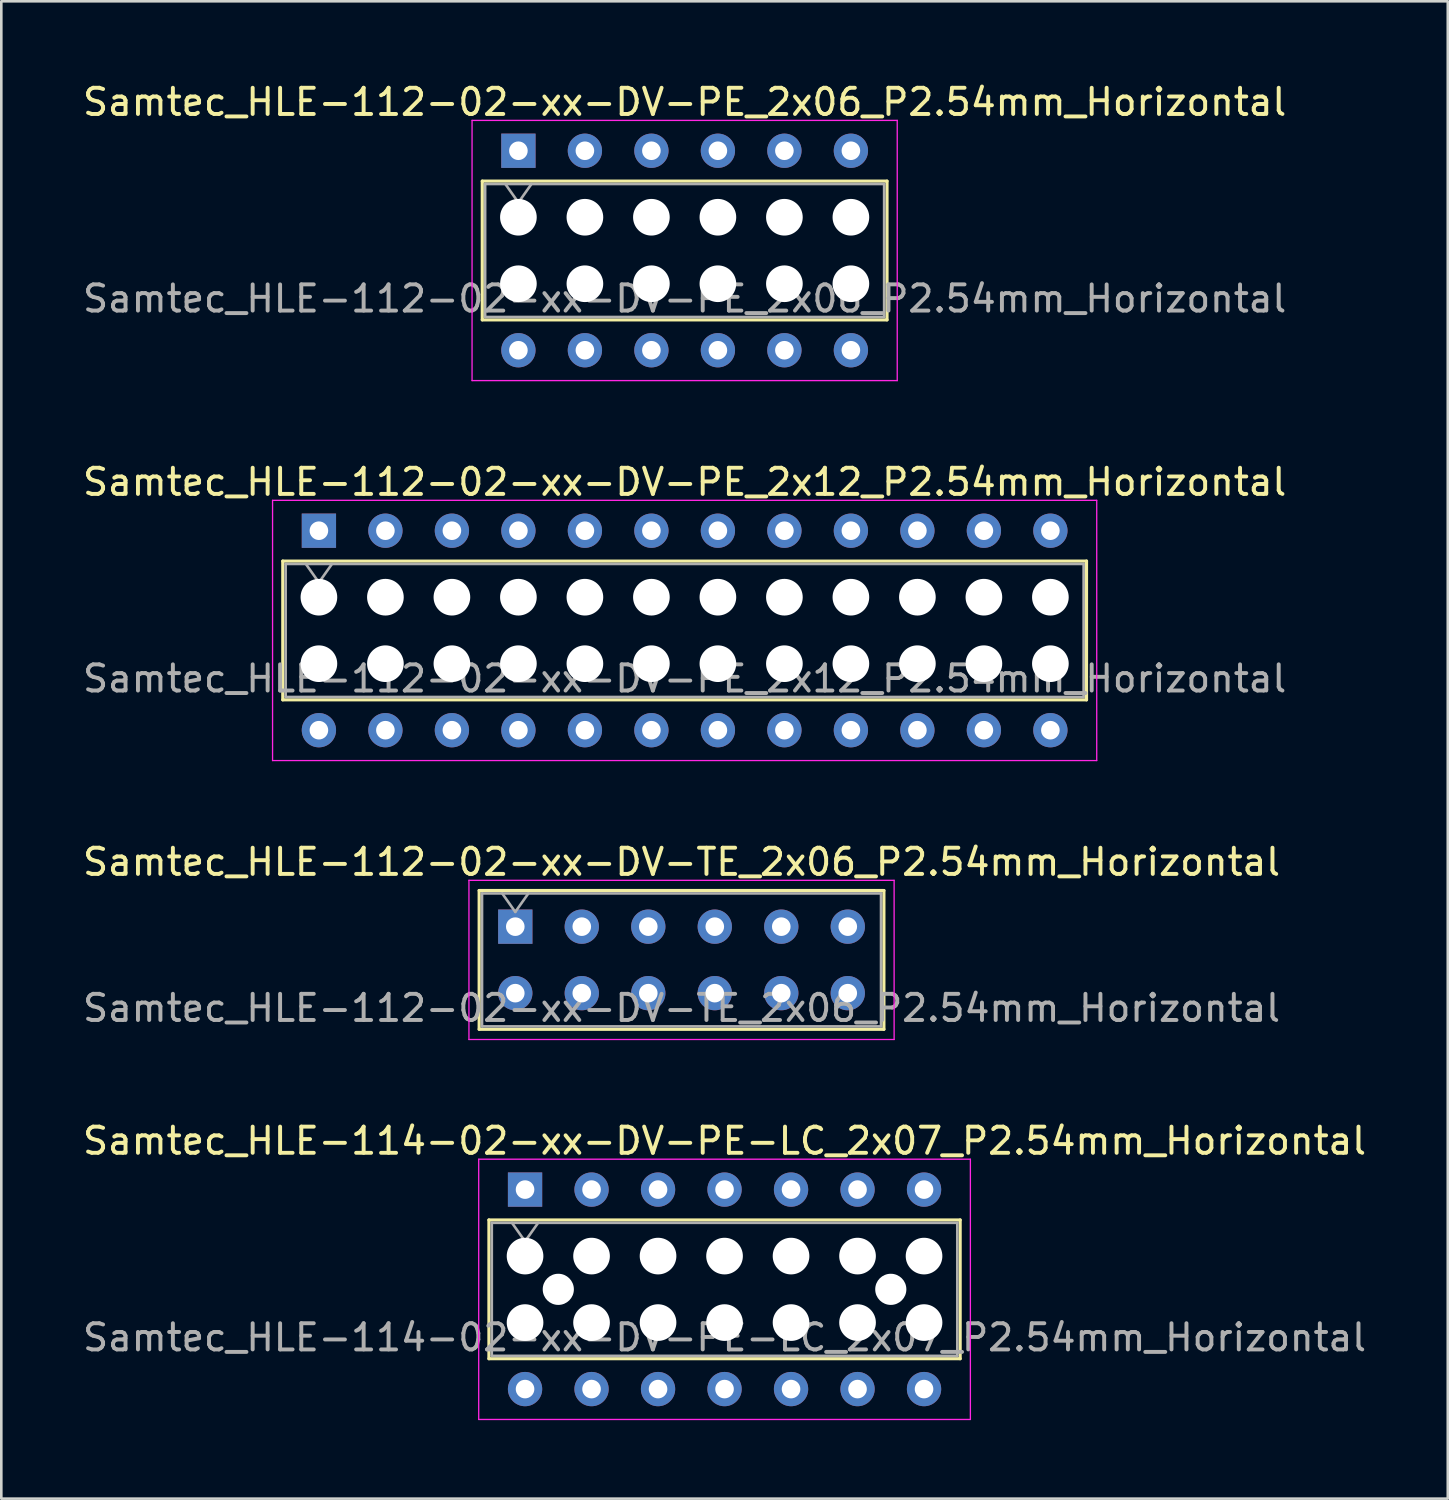
<source format=kicad_pcb>
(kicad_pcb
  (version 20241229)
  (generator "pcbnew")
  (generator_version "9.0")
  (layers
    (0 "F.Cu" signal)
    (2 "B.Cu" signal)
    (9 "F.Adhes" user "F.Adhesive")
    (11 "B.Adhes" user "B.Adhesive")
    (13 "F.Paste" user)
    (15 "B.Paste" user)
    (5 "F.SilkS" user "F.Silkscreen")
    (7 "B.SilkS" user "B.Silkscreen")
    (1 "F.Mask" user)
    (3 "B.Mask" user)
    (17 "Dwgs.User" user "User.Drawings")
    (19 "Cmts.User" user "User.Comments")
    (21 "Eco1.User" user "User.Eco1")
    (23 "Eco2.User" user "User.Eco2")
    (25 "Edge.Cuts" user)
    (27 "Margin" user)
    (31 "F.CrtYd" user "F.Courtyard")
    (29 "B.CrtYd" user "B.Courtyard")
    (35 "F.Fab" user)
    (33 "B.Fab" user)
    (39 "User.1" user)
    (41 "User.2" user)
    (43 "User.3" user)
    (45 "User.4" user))
  (footprint "Samtec_HLE-112-02-xx-DV-PE_2x12_P2.54mm_Horizontal"
    (layer "F.Cu")
    (at 9.131 17.221)
    (property "Reference" "Samtec_HLE-112-02-xx-DV-PE_2x12_P2.54mm_Horizontal" (at 13.97 -1.86 0) (layer "F.SilkS") (effects (font (size 1 1) (thickness 0.15))))
    (attr through_hole)
    (fp_line (start -1.38 1.16) (end 29.32 1.16) (stroke (width 0.12) (type solid)) (layer "F.SilkS"))
    (fp_line (start -1.38 6.46) (end -1.38 1.16) (stroke (width 0.12) (type solid)) (layer "F.SilkS"))
    (fp_line (start 29.32 1.16) (end 29.32 6.46) (stroke (width 0.12) (type solid)) (layer "F.SilkS"))
    (fp_line (start 29.32 6.46) (end -1.38 6.46) (stroke (width 0.12) (type solid)) (layer "F.SilkS"))
    (fp_line (start -1.77 -1.16) (end 29.71 -1.16) (stroke (width 0.05) (type solid)) (layer "F.CrtYd"))
    (fp_line (start -1.77 8.78) (end -1.77 -1.16) (stroke (width 0.05) (type solid)) (layer "F.CrtYd"))
    (fp_line (start 29.71 -1.16) (end 29.71 8.78) (stroke (width 0.05) (type solid)) (layer "F.CrtYd"))
    (fp_line (start 29.71 8.78) (end -1.77 8.78) (stroke (width 0.05) (type solid)) (layer "F.CrtYd"))
    (fp_line (start -1.27 1.27) (end 29.21 1.27) (stroke (width 0.1) (type solid)) (layer "F.Fab"))
    (fp_line (start -1.27 6.35) (end -1.27 1.27) (stroke (width 0.1) (type solid)) (layer "F.Fab"))
    (fp_line (start -0.5 1.27) (end 0 1.977) (stroke (width 0.1) (type solid)) (layer "F.Fab"))
    (fp_line (start 0 1.977) (end 0.5 1.27) (stroke (width 0.1) (type solid)) (layer "F.Fab"))
    (fp_line (start 29.21 1.27) (end 29.21 6.35) (stroke (width 0.1) (type solid)) (layer "F.Fab"))
    (fp_line (start 29.21 6.35) (end -1.27 6.35) (stroke (width 0.1) (type solid)) (layer "F.Fab"))
    (fp_text user "${REFERENCE}" (at 13.97 5.65 0) (layer "F.Fab") (effects (font (size 1 1) (thickness 0.15))))
    (pad "" np_thru_hole circle (at 0 2.54) (size 1.4 1.4) (drill 1.4) (layers "*.Cu" "*.Mask"))
    (pad "" np_thru_hole circle (at 0 5.08) (size 1.4 1.4) (drill 1.4) (layers "*.Cu" "*.Mask"))
    (pad "" np_thru_hole circle (at 2.54 2.54) (size 1.4 1.4) (drill 1.4) (layers "*.Cu" "*.Mask"))
    (pad "" np_thru_hole circle (at 2.54 5.08) (size 1.4 1.4) (drill 1.4) (layers "*.Cu" "*.Mask"))
    (pad "" np_thru_hole circle (at 5.08 2.54) (size 1.4 1.4) (drill 1.4) (layers "*.Cu" "*.Mask"))
    (pad "" np_thru_hole circle (at 5.08 5.08) (size 1.4 1.4) (drill 1.4) (layers "*.Cu" "*.Mask"))
    (pad "" np_thru_hole circle (at 7.62 2.54) (size 1.4 1.4) (drill 1.4) (layers "*.Cu" "*.Mask"))
    (pad "" np_thru_hole circle (at 7.62 5.08) (size 1.4 1.4) (drill 1.4) (layers "*.Cu" "*.Mask"))
    (pad "" np_thru_hole circle (at 10.16 2.54) (size 1.4 1.4) (drill 1.4) (layers "*.Cu" "*.Mask"))
    (pad "" np_thru_hole circle (at 10.16 5.08) (size 1.4 1.4) (drill 1.4) (layers "*.Cu" "*.Mask"))
    (pad "" np_thru_hole circle (at 12.7 2.54) (size 1.4 1.4) (drill 1.4) (layers "*.Cu" "*.Mask"))
    (pad "" np_thru_hole circle (at 12.7 5.08) (size 1.4 1.4) (drill 1.4) (layers "*.Cu" "*.Mask"))
    (pad "" np_thru_hole circle (at 15.24 2.54) (size 1.4 1.4) (drill 1.4) (layers "*.Cu" "*.Mask"))
    (pad "" np_thru_hole circle (at 15.24 5.08) (size 1.4 1.4) (drill 1.4) (layers "*.Cu" "*.Mask"))
    (pad "" np_thru_hole circle (at 17.78 2.54) (size 1.4 1.4) (drill 1.4) (layers "*.Cu" "*.Mask"))
    (pad "" np_thru_hole circle (at 17.78 5.08) (size 1.4 1.4) (drill 1.4) (layers "*.Cu" "*.Mask"))
    (pad "" np_thru_hole circle (at 20.32 2.54) (size 1.4 1.4) (drill 1.4) (layers "*.Cu" "*.Mask"))
    (pad "" np_thru_hole circle (at 20.32 5.08) (size 1.4 1.4) (drill 1.4) (layers "*.Cu" "*.Mask"))
    (pad "" np_thru_hole circle (at 22.86 2.54) (size 1.4 1.4) (drill 1.4) (layers "*.Cu" "*.Mask"))
    (pad "" np_thru_hole circle (at 22.86 5.08) (size 1.4 1.4) (drill 1.4) (layers "*.Cu" "*.Mask"))
    (pad "" np_thru_hole circle (at 25.4 2.54) (size 1.4 1.4) (drill 1.4) (layers "*.Cu" "*.Mask"))
    (pad "" np_thru_hole circle (at 25.4 5.08) (size 1.4 1.4) (drill 1.4) (layers "*.Cu" "*.Mask"))
    (pad "" np_thru_hole circle (at 27.94 2.54) (size 1.4 1.4) (drill 1.4) (layers "*.Cu" "*.Mask"))
    (pad "" np_thru_hole circle (at 27.94 5.08) (size 1.4 1.4) (drill 1.4) (layers "*.Cu" "*.Mask"))
    (pad "1" thru_hole rect (at 0 0) (size 1.31 1.31) (drill 0.71) (layers "*.Cu" "*.Mask"))
    (pad "2" thru_hole circle (at 0 7.62) (size 1.31 1.31) (drill 0.71) (layers "*.Cu" "*.Mask"))
    (pad "3" thru_hole circle (at 2.54 0) (size 1.31 1.31) (drill 0.71) (layers "*.Cu" "*.Mask"))
    (pad "4" thru_hole circle (at 2.54 7.62) (size 1.31 1.31) (drill 0.71) (layers "*.Cu" "*.Mask"))
    (pad "5" thru_hole circle (at 5.08 0) (size 1.31 1.31) (drill 0.71) (layers "*.Cu" "*.Mask"))
    (pad "6" thru_hole circle (at 5.08 7.62) (size 1.31 1.31) (drill 0.71) (layers "*.Cu" "*.Mask"))
    (pad "7" thru_hole circle (at 7.62 0) (size 1.31 1.31) (drill 0.71) (layers "*.Cu" "*.Mask"))
    (pad "8" thru_hole circle (at 7.62 7.62) (size 1.31 1.31) (drill 0.71) (layers "*.Cu" "*.Mask"))
    (pad "9" thru_hole circle (at 10.16 0) (size 1.31 1.31) (drill 0.71) (layers "*.Cu" "*.Mask"))
    (pad "10" thru_hole circle (at 10.16 7.62) (size 1.31 1.31) (drill 0.71) (layers "*.Cu" "*.Mask"))
    (pad "11" thru_hole circle (at 12.7 0) (size 1.31 1.31) (drill 0.71) (layers "*.Cu" "*.Mask"))
    (pad "12" thru_hole circle (at 12.7 7.62) (size 1.31 1.31) (drill 0.71) (layers "*.Cu" "*.Mask"))
    (pad "13" thru_hole circle (at 15.24 0) (size 1.31 1.31) (drill 0.71) (layers "*.Cu" "*.Mask"))
    (pad "14" thru_hole circle (at 15.24 7.62) (size 1.31 1.31) (drill 0.71) (layers "*.Cu" "*.Mask"))
    (pad "15" thru_hole circle (at 17.78 0) (size 1.31 1.31) (drill 0.71) (layers "*.Cu" "*.Mask"))
    (pad "16" thru_hole circle (at 17.78 7.62) (size 1.31 1.31) (drill 0.71) (layers "*.Cu" "*.Mask"))
    (pad "17" thru_hole circle (at 20.32 0) (size 1.31 1.31) (drill 0.71) (layers "*.Cu" "*.Mask"))
    (pad "18" thru_hole circle (at 20.32 7.62) (size 1.31 1.31) (drill 0.71) (layers "*.Cu" "*.Mask"))
    (pad "19" thru_hole circle (at 22.86 0) (size 1.31 1.31) (drill 0.71) (layers "*.Cu" "*.Mask"))
    (pad "20" thru_hole circle (at 22.86 7.62) (size 1.31 1.31) (drill 0.71) (layers "*.Cu" "*.Mask"))
    (pad "21" thru_hole circle (at 25.4 0) (size 1.31 1.31) (drill 0.71) (layers "*.Cu" "*.Mask"))
    (pad "22" thru_hole circle (at 25.4 7.62) (size 1.31 1.31) (drill 0.71) (layers "*.Cu" "*.Mask"))
    (pad "23" thru_hole circle (at 27.94 0) (size 1.31 1.31) (drill 0.71) (layers "*.Cu" "*.Mask"))
    (pad "24" thru_hole circle (at 27.94 7.62) (size 1.31 1.31) (drill 0.71) (layers "*.Cu" "*.Mask")))
  (footprint "Samtec_HLE-112-02-xx-DV-PE_2x06_P2.54mm_Horizontal"
    (layer "F.Cu")
    (at 16.751 2.708)
    (property "Reference" "Samtec_HLE-112-02-xx-DV-PE_2x06_P2.54mm_Horizontal" (at 6.35 -1.86 0) (layer "F.SilkS") (effects (font (size 1 1) (thickness 0.15))))
    (attr through_hole)
    (fp_line (start -1.38 1.16) (end 14.08 1.16) (stroke (width 0.12) (type solid)) (layer "F.SilkS"))
    (fp_line (start -1.38 6.46) (end -1.38 1.16) (stroke (width 0.12) (type solid)) (layer "F.SilkS"))
    (fp_line (start 14.08 1.16) (end 14.08 6.46) (stroke (width 0.12) (type solid)) (layer "F.SilkS"))
    (fp_line (start 14.08 6.46) (end -1.38 6.46) (stroke (width 0.12) (type solid)) (layer "F.SilkS"))
    (fp_line (start -1.77 -1.16) (end 14.47 -1.16) (stroke (width 0.05) (type solid)) (layer "F.CrtYd"))
    (fp_line (start -1.77 8.78) (end -1.77 -1.16) (stroke (width 0.05) (type solid)) (layer "F.CrtYd"))
    (fp_line (start 14.47 -1.16) (end 14.47 8.78) (stroke (width 0.05) (type solid)) (layer "F.CrtYd"))
    (fp_line (start 14.47 8.78) (end -1.77 8.78) (stroke (width 0.05) (type solid)) (layer "F.CrtYd"))
    (fp_line (start -1.27 1.27) (end 13.97 1.27) (stroke (width 0.1) (type solid)) (layer "F.Fab"))
    (fp_line (start -1.27 6.35) (end -1.27 1.27) (stroke (width 0.1) (type solid)) (layer "F.Fab"))
    (fp_line (start -0.5 1.27) (end 0 1.977) (stroke (width 0.1) (type solid)) (layer "F.Fab"))
    (fp_line (start 0 1.977) (end 0.5 1.27) (stroke (width 0.1) (type solid)) (layer "F.Fab"))
    (fp_line (start 13.97 1.27) (end 13.97 6.35) (stroke (width 0.1) (type solid)) (layer "F.Fab"))
    (fp_line (start 13.97 6.35) (end -1.27 6.35) (stroke (width 0.1) (type solid)) (layer "F.Fab"))
    (fp_text user "${REFERENCE}" (at 6.35 5.65 0) (layer "F.Fab") (effects (font (size 1 1) (thickness 0.15))))
    (pad "" np_thru_hole circle (at 0 2.54) (size 1.4 1.4) (drill 1.4) (layers "*.Cu" "*.Mask"))
    (pad "" np_thru_hole circle (at 0 5.08) (size 1.4 1.4) (drill 1.4) (layers "*.Cu" "*.Mask"))
    (pad "" np_thru_hole circle (at 2.54 2.54) (size 1.4 1.4) (drill 1.4) (layers "*.Cu" "*.Mask"))
    (pad "" np_thru_hole circle (at 2.54 5.08) (size 1.4 1.4) (drill 1.4) (layers "*.Cu" "*.Mask"))
    (pad "" np_thru_hole circle (at 5.08 2.54) (size 1.4 1.4) (drill 1.4) (layers "*.Cu" "*.Mask"))
    (pad "" np_thru_hole circle (at 5.08 5.08) (size 1.4 1.4) (drill 1.4) (layers "*.Cu" "*.Mask"))
    (pad "" np_thru_hole circle (at 7.62 2.54) (size 1.4 1.4) (drill 1.4) (layers "*.Cu" "*.Mask"))
    (pad "" np_thru_hole circle (at 7.62 5.08) (size 1.4 1.4) (drill 1.4) (layers "*.Cu" "*.Mask"))
    (pad "" np_thru_hole circle (at 10.16 2.54) (size 1.4 1.4) (drill 1.4) (layers "*.Cu" "*.Mask"))
    (pad "" np_thru_hole circle (at 10.16 5.08) (size 1.4 1.4) (drill 1.4) (layers "*.Cu" "*.Mask"))
    (pad "" np_thru_hole circle (at 12.7 2.54) (size 1.4 1.4) (drill 1.4) (layers "*.Cu" "*.Mask"))
    (pad "" np_thru_hole circle (at 12.7 5.08) (size 1.4 1.4) (drill 1.4) (layers "*.Cu" "*.Mask"))
    (pad "1" thru_hole rect (at 0 0) (size 1.31 1.31) (drill 0.71) (layers "*.Cu" "*.Mask"))
    (pad "2" thru_hole circle (at 0 7.62) (size 1.31 1.31) (drill 0.71) (layers "*.Cu" "*.Mask"))
    (pad "3" thru_hole circle (at 2.54 0) (size 1.31 1.31) (drill 0.71) (layers "*.Cu" "*.Mask"))
    (pad "4" thru_hole circle (at 2.54 7.62) (size 1.31 1.31) (drill 0.71) (layers "*.Cu" "*.Mask"))
    (pad "5" thru_hole circle (at 5.08 0) (size 1.31 1.31) (drill 0.71) (layers "*.Cu" "*.Mask"))
    (pad "6" thru_hole circle (at 5.08 7.62) (size 1.31 1.31) (drill 0.71) (layers "*.Cu" "*.Mask"))
    (pad "7" thru_hole circle (at 7.62 0) (size 1.31 1.31) (drill 0.71) (layers "*.Cu" "*.Mask"))
    (pad "8" thru_hole circle (at 7.62 7.62) (size 1.31 1.31) (drill 0.71) (layers "*.Cu" "*.Mask"))
    (pad "9" thru_hole circle (at 10.16 0) (size 1.31 1.31) (drill 0.71) (layers "*.Cu" "*.Mask"))
    (pad "10" thru_hole circle (at 10.16 7.62) (size 1.31 1.31) (drill 0.71) (layers "*.Cu" "*.Mask"))
    (pad "11" thru_hole circle (at 12.7 0) (size 1.31 1.31) (drill 0.71) (layers "*.Cu" "*.Mask"))
    (pad "12" thru_hole circle (at 12.7 7.62) (size 1.31 1.31) (drill 0.71) (layers "*.Cu" "*.Mask")))
  (footprint "Samtec_HLE-114-02-xx-DV-PE-LC_2x07_P2.54mm_Horizontal"
    (layer "F.Cu")
    (at 17.005 42.388)
    (property "Reference" "Samtec_HLE-114-02-xx-DV-PE-LC_2x07_P2.54mm_Horizontal" (at 7.62 -1.86 0) (layer "F.SilkS") (effects (font (size 1 1) (thickness 0.15))))
    (attr through_hole)
    (fp_line (start -1.38 1.16) (end 16.62 1.16) (stroke (width 0.12) (type solid)) (layer "F.SilkS"))
    (fp_line (start -1.38 6.46) (end -1.38 1.16) (stroke (width 0.12) (type solid)) (layer "F.SilkS"))
    (fp_line (start 16.62 1.16) (end 16.62 6.46) (stroke (width 0.12) (type solid)) (layer "F.SilkS"))
    (fp_line (start 16.62 6.46) (end -1.38 6.46) (stroke (width 0.12) (type solid)) (layer "F.SilkS"))
    (fp_line (start -1.77 -1.16) (end 17.01 -1.16) (stroke (width 0.05) (type solid)) (layer "F.CrtYd"))
    (fp_line (start -1.77 8.78) (end -1.77 -1.16) (stroke (width 0.05) (type solid)) (layer "F.CrtYd"))
    (fp_line (start 17.01 -1.16) (end 17.01 8.78) (stroke (width 0.05) (type solid)) (layer "F.CrtYd"))
    (fp_line (start 17.01 8.78) (end -1.77 8.78) (stroke (width 0.05) (type solid)) (layer "F.CrtYd"))
    (fp_line (start -1.27 1.27) (end 16.51 1.27) (stroke (width 0.1) (type solid)) (layer "F.Fab"))
    (fp_line (start -1.27 6.35) (end -1.27 1.27) (stroke (width 0.1) (type solid)) (layer "F.Fab"))
    (fp_line (start -0.5 1.27) (end 0 1.977) (stroke (width 0.1) (type solid)) (layer "F.Fab"))
    (fp_line (start 0 1.977) (end 0.5 1.27) (stroke (width 0.1) (type solid)) (layer "F.Fab"))
    (fp_line (start 16.51 1.27) (end 16.51 6.35) (stroke (width 0.1) (type solid)) (layer "F.Fab"))
    (fp_line (start 16.51 6.35) (end -1.27 6.35) (stroke (width 0.1) (type solid)) (layer "F.Fab"))
    (fp_text user "${REFERENCE}" (at 7.62 5.65 0) (layer "F.Fab") (effects (font (size 1 1) (thickness 0.15))))
    (pad "" np_thru_hole circle (at 0 2.54) (size 1.4 1.4) (drill 1.4) (layers "*.Cu" "*.Mask"))
    (pad "" np_thru_hole circle (at 0 5.08) (size 1.4 1.4) (drill 1.4) (layers "*.Cu" "*.Mask"))
    (pad "" np_thru_hole circle (at 1.27 3.81) (size 1.19 1.19) (drill 1.19) (layers "*.Cu" "*.Mask"))
    (pad "" np_thru_hole circle (at 2.54 2.54) (size 1.4 1.4) (drill 1.4) (layers "*.Cu" "*.Mask"))
    (pad "" np_thru_hole circle (at 2.54 5.08) (size 1.4 1.4) (drill 1.4) (layers "*.Cu" "*.Mask"))
    (pad "" np_thru_hole circle (at 5.08 2.54) (size 1.4 1.4) (drill 1.4) (layers "*.Cu" "*.Mask"))
    (pad "" np_thru_hole circle (at 5.08 5.08) (size 1.4 1.4) (drill 1.4) (layers "*.Cu" "*.Mask"))
    (pad "" np_thru_hole circle (at 7.62 2.54) (size 1.4 1.4) (drill 1.4) (layers "*.Cu" "*.Mask"))
    (pad "" np_thru_hole circle (at 7.62 5.08) (size 1.4 1.4) (drill 1.4) (layers "*.Cu" "*.Mask"))
    (pad "" np_thru_hole circle (at 10.16 2.54) (size 1.4 1.4) (drill 1.4) (layers "*.Cu" "*.Mask"))
    (pad "" np_thru_hole circle (at 10.16 5.08) (size 1.4 1.4) (drill 1.4) (layers "*.Cu" "*.Mask"))
    (pad "" np_thru_hole circle (at 12.7 2.54) (size 1.4 1.4) (drill 1.4) (layers "*.Cu" "*.Mask"))
    (pad "" np_thru_hole circle (at 12.7 5.08) (size 1.4 1.4) (drill 1.4) (layers "*.Cu" "*.Mask"))
    (pad "" np_thru_hole circle (at 13.97 3.81) (size 1.19 1.19) (drill 1.19) (layers "*.Cu" "*.Mask"))
    (pad "" np_thru_hole circle (at 15.24 2.54) (size 1.4 1.4) (drill 1.4) (layers "*.Cu" "*.Mask"))
    (pad "" np_thru_hole circle (at 15.24 5.08) (size 1.4 1.4) (drill 1.4) (layers "*.Cu" "*.Mask"))
    (pad "1" thru_hole rect (at 0 0) (size 1.31 1.31) (drill 0.71) (layers "*.Cu" "*.Mask"))
    (pad "2" thru_hole circle (at 0 7.62) (size 1.31 1.31) (drill 0.71) (layers "*.Cu" "*.Mask"))
    (pad "3" thru_hole circle (at 2.54 0) (size 1.31 1.31) (drill 0.71) (layers "*.Cu" "*.Mask"))
    (pad "4" thru_hole circle (at 2.54 7.62) (size 1.31 1.31) (drill 0.71) (layers "*.Cu" "*.Mask"))
    (pad "5" thru_hole circle (at 5.08 0) (size 1.31 1.31) (drill 0.71) (layers "*.Cu" "*.Mask"))
    (pad "6" thru_hole circle (at 5.08 7.62) (size 1.31 1.31) (drill 0.71) (layers "*.Cu" "*.Mask"))
    (pad "7" thru_hole circle (at 7.62 0) (size 1.31 1.31) (drill 0.71) (layers "*.Cu" "*.Mask"))
    (pad "8" thru_hole circle (at 7.62 7.62) (size 1.31 1.31) (drill 0.71) (layers "*.Cu" "*.Mask"))
    (pad "9" thru_hole circle (at 10.16 0) (size 1.31 1.31) (drill 0.71) (layers "*.Cu" "*.Mask"))
    (pad "10" thru_hole circle (at 10.16 7.62) (size 1.31 1.31) (drill 0.71) (layers "*.Cu" "*.Mask"))
    (pad "11" thru_hole circle (at 12.7 0) (size 1.31 1.31) (drill 0.71) (layers "*.Cu" "*.Mask"))
    (pad "12" thru_hole circle (at 12.7 7.62) (size 1.31 1.31) (drill 0.71) (layers "*.Cu" "*.Mask"))
    (pad "13" thru_hole circle (at 15.24 0) (size 1.31 1.31) (drill 0.71) (layers "*.Cu" "*.Mask"))
    (pad "14" thru_hole circle (at 15.24 7.62) (size 1.31 1.31) (drill 0.71) (layers "*.Cu" "*.Mask")))
  (footprint "Samtec_HLE-112-02-xx-DV-TE_2x06_P2.54mm_Horizontal"
    (layer "F.Cu")
    (at 16.632 32.345)
    (property "Reference" "Samtec_HLE-112-02-xx-DV-TE_2x06_P2.54mm_Horizontal" (at 6.35 -2.47 0) (layer "F.SilkS") (effects (font (size 1 1) (thickness 0.15))))
    (attr through_hole)
    (fp_line (start -1.38 -1.38) (end 14.08 -1.38) (stroke (width 0.12) (type solid)) (layer "F.SilkS"))
    (fp_line (start -1.38 3.92) (end -1.38 -1.38) (stroke (width 0.12) (type solid)) (layer "F.SilkS"))
    (fp_line (start 14.08 -1.38) (end 14.08 3.92) (stroke (width 0.12) (type solid)) (layer "F.SilkS"))
    (fp_line (start 14.08 3.92) (end -1.38 3.92) (stroke (width 0.12) (type solid)) (layer "F.SilkS"))
    (fp_line (start -1.77 -1.77) (end 14.47 -1.77) (stroke (width 0.05) (type solid)) (layer "F.CrtYd"))
    (fp_line (start -1.77 4.31) (end -1.77 -1.77) (stroke (width 0.05) (type solid)) (layer "F.CrtYd"))
    (fp_line (start 14.47 -1.77) (end 14.47 4.31) (stroke (width 0.05) (type solid)) (layer "F.CrtYd"))
    (fp_line (start 14.47 4.31) (end -1.77 4.31) (stroke (width 0.05) (type solid)) (layer "F.CrtYd"))
    (fp_line (start -1.27 -1.27) (end 13.97 -1.27) (stroke (width 0.1) (type solid)) (layer "F.Fab"))
    (fp_line (start -1.27 3.81) (end -1.27 -1.27) (stroke (width 0.1) (type solid)) (layer "F.Fab"))
    (fp_line (start -0.5 -1.27) (end 0 -0.563) (stroke (width 0.1) (type solid)) (layer "F.Fab"))
    (fp_line (start 0 -0.563) (end 0.5 -1.27) (stroke (width 0.1) (type solid)) (layer "F.Fab"))
    (fp_line (start 13.97 -1.27) (end 13.97 3.81) (stroke (width 0.1) (type solid)) (layer "F.Fab"))
    (fp_line (start 13.97 3.81) (end -1.27 3.81) (stroke (width 0.1) (type solid)) (layer "F.Fab"))
    (fp_text user "${REFERENCE}" (at 6.35 3.11 0) (layer "F.Fab") (effects (font (size 1 1) (thickness 0.15))))
    (pad "1" thru_hole rect (at 0 0) (size 1.31 1.31) (drill 0.71) (layers "*.Cu" "*.Mask"))
    (pad "2" thru_hole circle (at 0 2.54) (size 1.31 1.31) (drill 0.71) (layers "*.Cu" "*.Mask"))
    (pad "3" thru_hole circle (at 2.54 0) (size 1.31 1.31) (drill 0.71) (layers "*.Cu" "*.Mask"))
    (pad "4" thru_hole circle (at 2.54 2.54) (size 1.31 1.31) (drill 0.71) (layers "*.Cu" "*.Mask"))
    (pad "5" thru_hole circle (at 5.08 0) (size 1.31 1.31) (drill 0.71) (layers "*.Cu" "*.Mask"))
    (pad "6" thru_hole circle (at 5.08 2.54) (size 1.31 1.31) (drill 0.71) (layers "*.Cu" "*.Mask"))
    (pad "7" thru_hole circle (at 7.62 0) (size 1.31 1.31) (drill 0.71) (layers "*.Cu" "*.Mask"))
    (pad "8" thru_hole circle (at 7.62 2.54) (size 1.31 1.31) (drill 0.71) (layers "*.Cu" "*.Mask"))
    (pad "9" thru_hole circle (at 10.16 0) (size 1.31 1.31) (drill 0.71) (layers "*.Cu" "*.Mask"))
    (pad "10" thru_hole circle (at 10.16 2.54) (size 1.31 1.31) (drill 0.71) (layers "*.Cu" "*.Mask"))
    (pad "11" thru_hole circle (at 12.7 0) (size 1.31 1.31) (drill 0.71) (layers "*.Cu" "*.Mask"))
    (pad "12" thru_hole circle (at 12.7 2.54) (size 1.31 1.31) (drill 0.71) (layers "*.Cu" "*.Mask")))
  (gr_rect
    (start -3 -3)
    (end 52.25 54.193)
    (stroke (width 0.1) (type default))
    (fill no)
    (layer "Edge.Cuts")))
</source>
